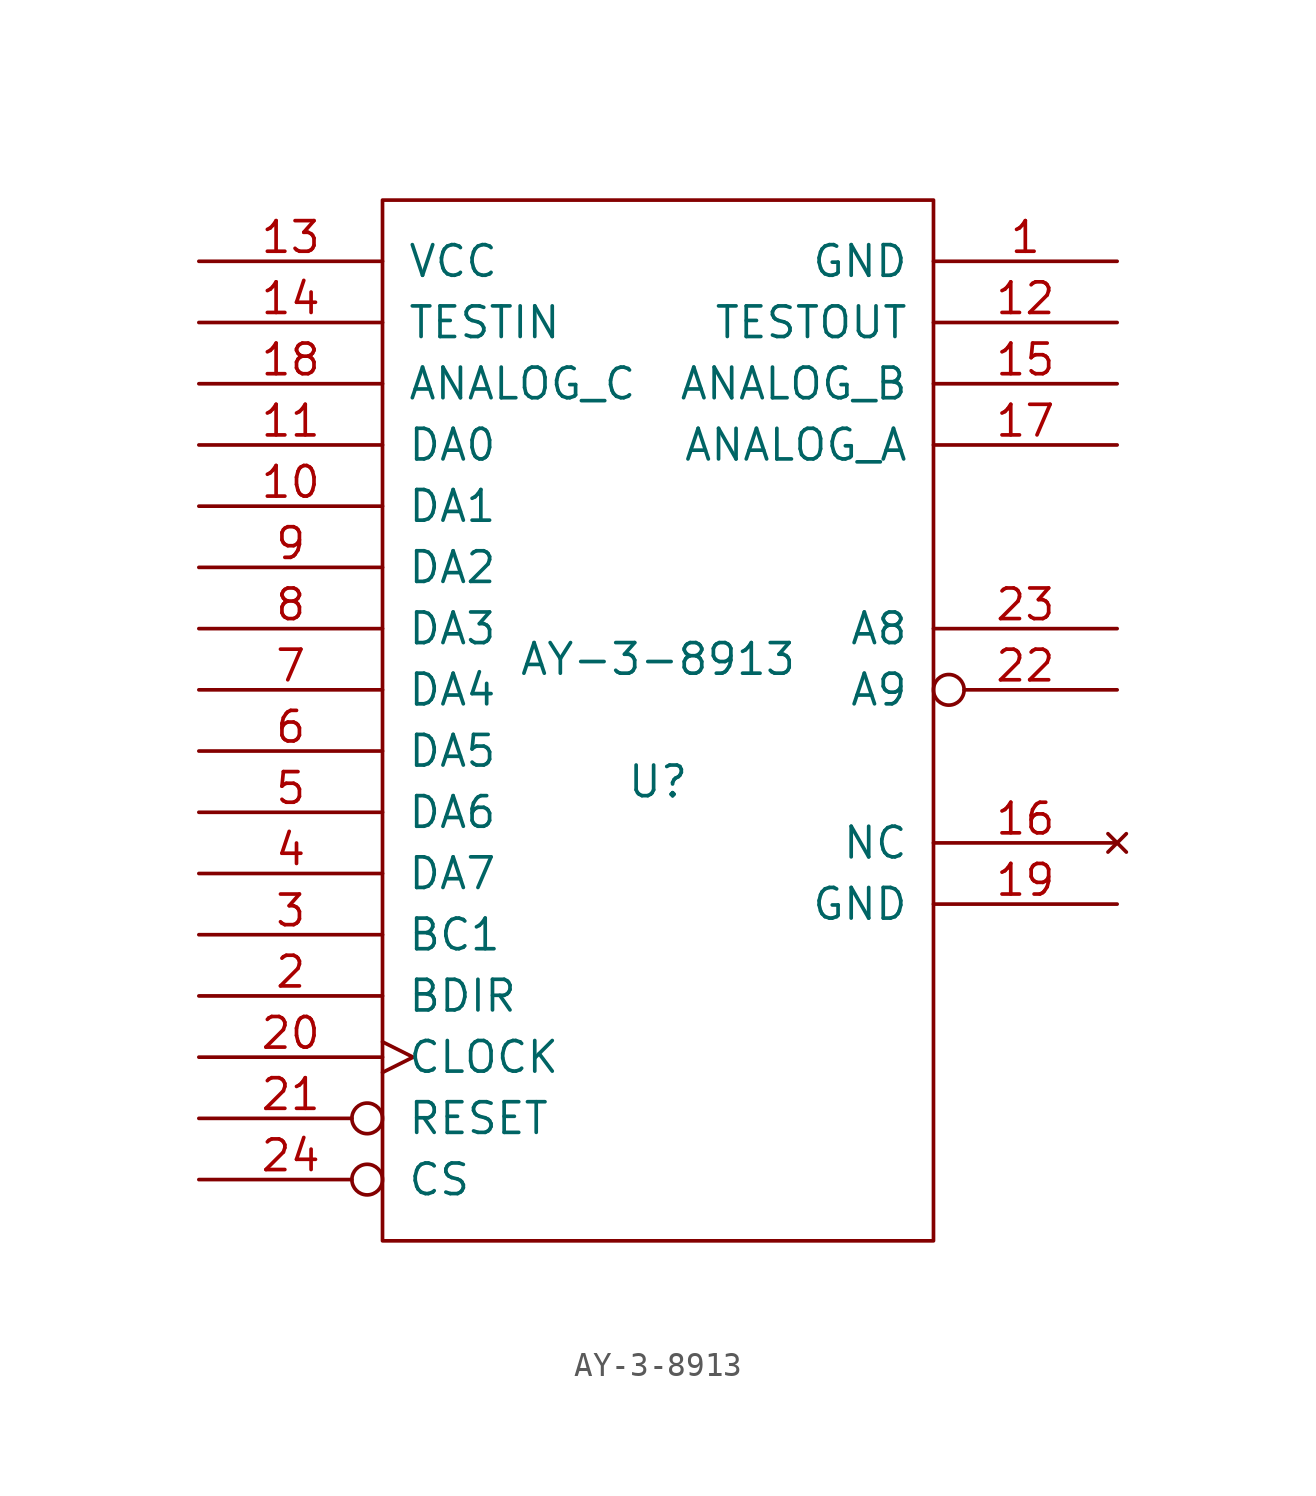
<source format=kicad_sym>
(kicad_symbol_lib
  (version 20220914)
  (generator kicad_symbol_editor)
  (symbol "AY-3-8913"
    (pin_names
      (offset 1.016))
    (property "Reference" "U"
      (at 0 -2.54 0)
      (effects (font (size 1.27 1.27))))
    (property "Value" "AY-3-8913"
      (at 0 2.54 0)
      (effects (font (size 1.27 1.27))))
    (symbol "AY-3-8913_1_0"
      (rectangle (start -11.43 -21.59) (end 11.43 21.59) (stroke (width 0) (type solid)) (fill (type none))))
    (symbol "AY-3-8913_1_1"
      (pin power_in line (at 19.05 19.05 180) (length 7.62) (name "GND" (effects (font (size 1.27 1.27)))) (number "1" (effects (font (size 1.27 1.27)))))
      (pin bidirectional line (at -19.05 8.89 0) (length 7.62) (name "DA1" (effects (font (size 1.27 1.27)))) (number "10" (effects (font (size 1.27 1.27)))))
      (pin bidirectional line (at -19.05 11.43 0) (length 7.62) (name "DA0" (effects (font (size 1.27 1.27)))) (number "11" (effects (font (size 1.27 1.27)))))
      (pin output line (at 19.05 16.51 180) (length 7.62) (name "TESTOUT" (effects (font (size 1.27 1.27)))) (number "12" (effects (font (size 1.27 1.27)))))
      (pin power_in line (at -19.05 19.05 0) (length 7.62) (name "VCC" (effects (font (size 1.27 1.27)))) (number "13" (effects (font (size 1.27 1.27)))))
      (pin input line (at -19.05 16.51 0) (length 7.62) (name "TESTIN" (effects (font (size 1.27 1.27)))) (number "14" (effects (font (size 1.27 1.27)))))
      (pin output line (at 19.05 13.97 180) (length 7.62) (name "ANALOG_B" (effects (font (size 1.27 1.27)))) (number "15" (effects (font (size 1.27 1.27)))))
      (pin no_connect line (at 19.05 -5.08 180) (length 7.62) (name "NC" (effects (font (size 1.27 1.27)))) (number "16" (effects (font (size 1.27 1.27)))))
      (pin output line (at 19.05 11.43 180) (length 7.62) (name "ANALOG_A" (effects (font (size 1.27 1.27)))) (number "17" (effects (font (size 1.27 1.27)))))
      (pin output line (at -19.05 13.97 0) (length 7.62) (name "ANALOG_C" (effects (font (size 1.27 1.27)))) (number "18" (effects (font (size 1.27 1.27)))))
      (pin power_in line (at 19.05 -7.62 180) (length 7.62) (name "GND" (effects (font (size 1.27 1.27)))) (number "19" (effects (font (size 1.27 1.27)))))
      (pin input line (at -19.05 -11.43 0) (length 7.62) (name "BDIR" (effects (font (size 1.27 1.27)))) (number "2" (effects (font (size 1.27 1.27)))))
      (pin input clock (at -19.05 -13.97 0) (length 7.62) (name "CLOCK" (effects (font (size 1.27 1.27)))) (number "20" (effects (font (size 1.27 1.27)))))
      (pin input inverted (at -19.05 -16.51 0) (length 7.62) (name "RESET" (effects (font (size 1.27 1.27)))) (number "21" (effects (font (size 1.27 1.27)))))
      (pin input inverted (at 19.05 1.27 180) (length 7.62) (name "A9" (effects (font (size 1.27 1.27)))) (number "22" (effects (font (size 1.27 1.27)))))
      (pin input line (at 19.05 3.81 180) (length 7.62) (name "A8" (effects (font (size 1.27 1.27)))) (number "23" (effects (font (size 1.27 1.27)))))
      (pin input inverted (at -19.05 -19.05 0) (length 7.62) (name "CS" (effects (font (size 1.27 1.27)))) (number "24" (effects (font (size 1.27 1.27)))))
      (pin input line (at -19.05 -8.89 0) (length 7.62) (name "BC1" (effects (font (size 1.27 1.27)))) (number "3" (effects (font (size 1.27 1.27)))))
      (pin bidirectional line (at -19.05 -6.35 0) (length 7.62) (name "DA7" (effects (font (size 1.27 1.27)))) (number "4" (effects (font (size 1.27 1.27)))))
      (pin bidirectional line (at -19.05 -3.81 0) (length 7.62) (name "DA6" (effects (font (size 1.27 1.27)))) (number "5" (effects (font (size 1.27 1.27)))))
      (pin bidirectional line (at -19.05 -1.27 0) (length 7.62) (name "DA5" (effects (font (size 1.27 1.27)))) (number "6" (effects (font (size 1.27 1.27)))))
      (pin bidirectional line (at -19.05 1.27 0) (length 7.62) (name "DA4" (effects (font (size 1.27 1.27)))) (number "7" (effects (font (size 1.27 1.27)))))
      (pin bidirectional line (at -19.05 3.81 0) (length 7.62) (name "DA3" (effects (font (size 1.27 1.27)))) (number "8" (effects (font (size 1.27 1.27)))))
      (pin bidirectional line (at -19.05 6.35 0) (length 7.62) (name "DA2" (effects (font (size 1.27 1.27)))) (number "9" (effects (font (size 1.27 1.27))))))))
</source>
